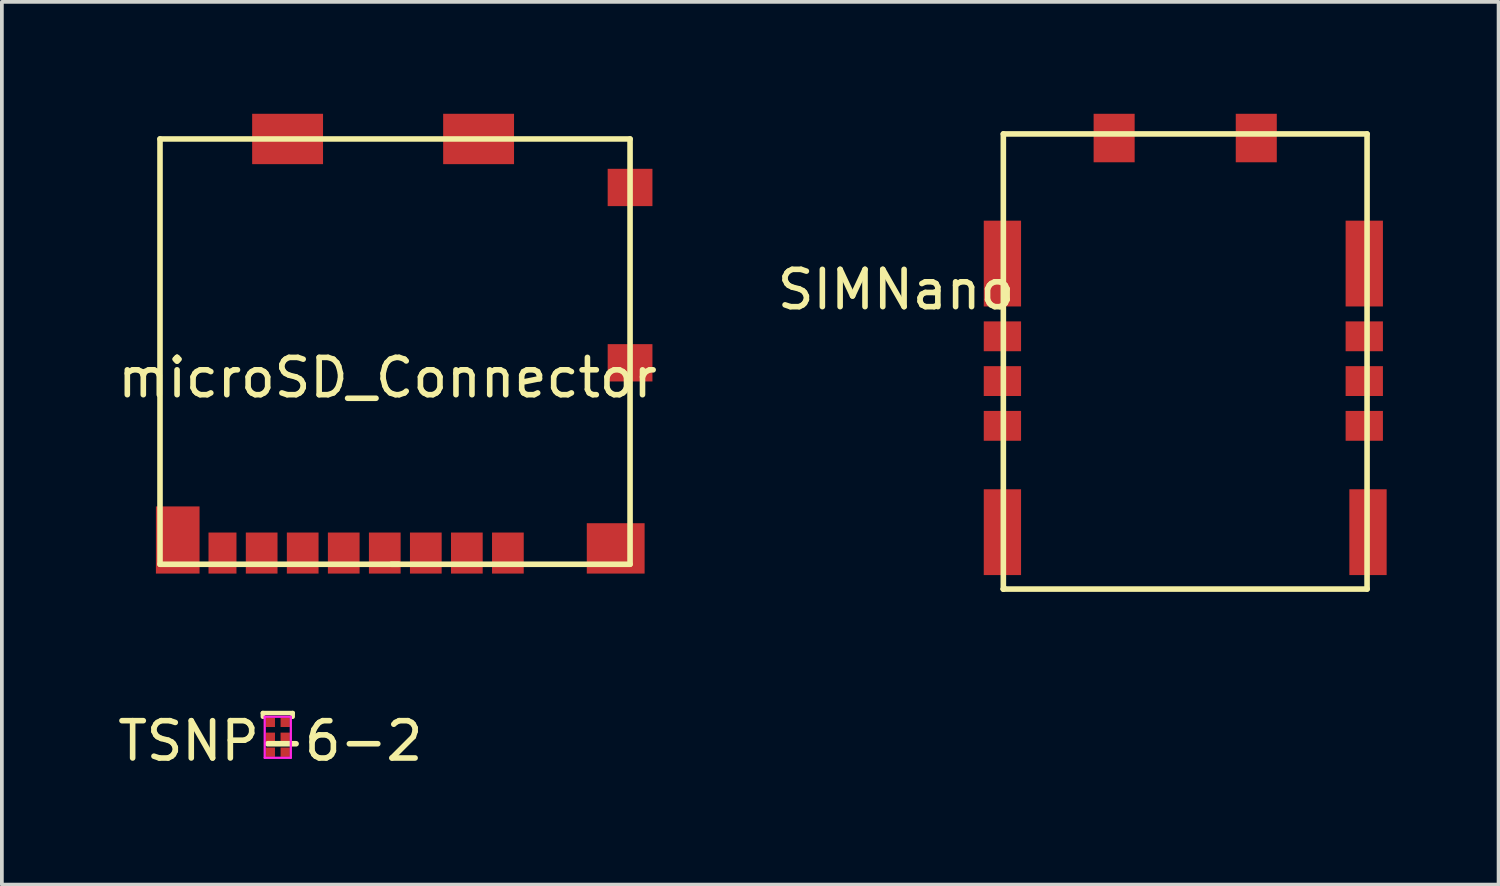
<source format=kicad_pcb>
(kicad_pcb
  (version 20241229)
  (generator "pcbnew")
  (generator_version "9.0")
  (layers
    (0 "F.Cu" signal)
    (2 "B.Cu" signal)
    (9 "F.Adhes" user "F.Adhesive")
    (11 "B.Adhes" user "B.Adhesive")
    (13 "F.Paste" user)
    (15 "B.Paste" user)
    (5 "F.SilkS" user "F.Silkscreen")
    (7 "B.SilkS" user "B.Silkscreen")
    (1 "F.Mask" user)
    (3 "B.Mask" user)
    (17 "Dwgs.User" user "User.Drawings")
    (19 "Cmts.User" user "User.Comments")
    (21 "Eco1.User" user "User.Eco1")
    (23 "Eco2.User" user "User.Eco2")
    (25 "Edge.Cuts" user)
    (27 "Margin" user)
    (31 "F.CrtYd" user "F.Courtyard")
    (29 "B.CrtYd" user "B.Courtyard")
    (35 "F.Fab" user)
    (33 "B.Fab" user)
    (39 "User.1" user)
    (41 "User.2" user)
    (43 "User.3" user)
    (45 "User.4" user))
  (footprint "microSD_Connector"
    (layer "F.Cu")
    (at 7.439 12.075)
    (property "Reference" "microSD_Connector" (at -0.1 -5 0) (layer "F.SilkS") (effects (font (size 1 1) (thickness 0.15))))
    (attr smd)
    (fp_line (start -6.2 -11.4) (end -6.2 0) (stroke (width 0.15) (type solid)) (layer "F.SilkS"))
    (fp_line (start -6.2 -11.4) (end 6.4 -11.4) (stroke (width 0.15) (type solid)) (layer "F.SilkS"))
    (fp_line (start -6.2 0) (end 0.2 0) (stroke (width 0.15) (type solid)) (layer "F.SilkS"))
    (fp_line (start 0 0) (end 6.4 0) (stroke (width 0.15) (type solid)) (layer "F.SilkS"))
    (fp_line (start 6.4 0) (end 6.4 -11.4) (stroke (width 0.15) (type solid)) (layer "F.SilkS"))
    (pad "1" smd rect (at 3.125 -0.3) (size 0.85 1.1) (layers "F.Cu" "F.Mask" "F.Paste"))
    (pad "2" smd rect (at 2.025 -0.3) (size 0.85 1.1) (layers "F.Cu" "F.Mask" "F.Paste"))
    (pad "3" smd rect (at 0.925 -0.3) (size 0.85 1.1) (layers "F.Cu" "F.Mask" "F.Paste"))
    (pad "4" smd rect (at -0.175 -0.3) (size 0.85 1.1) (layers "F.Cu" "F.Mask" "F.Paste"))
    (pad "5" smd rect (at -1.275 -0.3) (size 0.85 1.1) (layers "F.Cu" "F.Mask" "F.Paste"))
    (pad "6" smd rect (at -2.375 -0.3) (size 0.85 1.1) (layers "F.Cu" "F.Mask" "F.Paste"))
    (pad "7" smd rect (at -3.475 -0.3) (size 0.85 1.1) (layers "F.Cu" "F.Mask" "F.Paste"))
    (pad "8" smd rect (at -4.525 -0.3) (size 0.75 1.1) (layers "F.Cu" "F.Mask" "F.Paste"))
    (pad "9" smd rect (at -5.725 -0.65) (size 1.17 1.8) (layers "F.Cu" "F.Mask" "F.Paste"))
    (pad "9" smd rect (at -2.78 -11.4) (size 1.9 1.35) (layers "F.Cu" "F.Mask" "F.Paste"))
    (pad "9" smd rect (at 2.34 -11.4) (size 1.9 1.35) (layers "F.Cu" "F.Mask" "F.Paste"))
    (pad "9" smd rect (at 6.015 -0.425) (size 1.55 1.35) (layers "F.Cu" "F.Mask" "F.Paste"))
    (pad "NC" smd rect (at 6.4 -10.1) (size 1.2 1) (layers "F.Cu" "F.Mask" "F.Paste"))
    (pad "NC" smd rect (at 6.4 -5.4) (size 1.2 1) (layers "F.Cu" "F.Mask" "F.Paste")))
  (footprint "SIMNano"
    (layer "F.Cu")
    (at 28.72 12.715)
    (property "Reference" "SIMNano" (at -7.75 -8 0) (layer "F.SilkS") (effects (font (size 1 1) (thickness 0.15))))
    (attr smd)
    (fp_line (start -4.875 -12.175) (end -4.875 0.025) (stroke (width 0.15) (type solid)) (layer "F.SilkS"))
    (fp_line (start -4.875 -12.175) (end 4.875 -12.175) (stroke (width 0.15) (type solid)) (layer "F.SilkS"))
    (fp_line (start -4.875 0.025) (end -4.85 0) (stroke (width 0.15) (type solid)) (layer "F.SilkS"))
    (fp_line (start -4.875 0.025) (end 4.875 0.025) (stroke (width 0.15) (type solid)) (layer "F.SilkS"))
    (fp_line (start 4.875 0.025) (end 4.875 -12.175) (stroke (width 0.15) (type solid)) (layer "F.SilkS"))
    (pad "1" connect rect (at 4.8 -4.35) (size 1 0.8) (layers "F.Cu" "F.Mask"))
    (pad "2" connect rect (at 4.8 -5.55) (size 1 0.8) (layers "F.Cu" "F.Mask"))
    (pad "3" connect rect (at -4.9 -4.35) (size 1 0.8) (layers "F.Cu" "F.Mask"))
    (pad "4" connect rect (at -4.9 -8.7) (size 1 2.3) (layers "F.Cu" "F.Mask"))
    (pad "4" connect rect (at -4.9 -1.5) (size 1 2.3) (layers "F.Cu" "F.Mask"))
    (pad "4" connect rect (at 4.8 -8.7) (size 1 2.3) (layers "F.Cu" "F.Mask"))
    (pad "4" connect rect (at 4.8 -6.75) (size 1 0.8) (layers "F.Cu" "F.Mask"))
    (pad "4" connect rect (at 4.9 -1.5) (size 1 2.3) (layers "F.Cu" "F.Mask"))
    (pad "5" connect rect (at -4.9 -5.55) (size 1 0.8) (layers "F.Cu" "F.Mask"))
    (pad "6" connect rect (at -4.9 -6.75) (size 1 0.8) (layers "F.Cu" "F.Mask"))
    (pad "NC" connect rect (at -1.905 -12.065) (size 1.1 1.3) (layers "F.Cu" "F.Mask"))
    (pad "NC" connect rect (at 1.905 -12.065) (size 1.1 1.3) (layers "F.Cu" "F.Mask")))
  (footprint "TSNP-6-2"
    (layer "F.Cu")
    (at 4.196 16.313)
    (property "Reference" "TSNP-6-2" (at 0 0.5 0) (layer "F.SilkS") (effects (font (size 1 1) (thickness 0.15))))
    (attr smd)
    (fp_line (start -0.2 -0.25) (end 0.6 -0.25) (stroke (width 0.12) (type solid)) (layer "F.SilkS"))
    (fp_line (start -0.2 -0.15) (end -0.2 -0.25) (stroke (width 0.12) (type solid)) (layer "F.SilkS"))
    (fp_line (start 0.6 -0.25) (end 0.6 -0.15) (stroke (width 0.12) (type solid)) (layer "F.SilkS"))
    (fp_line (start -0.15 0.95) (end -0.15 -0.15) (stroke (width 0.06) (type solid)) (layer "F.CrtYd"))
    (fp_line (start 0.55 -0.15) (end -0.15 -0.15) (stroke (width 0.06) (type solid)) (layer "F.CrtYd"))
    (fp_line (start 0.55 0.95) (end -0.15 0.95) (stroke (width 0.06) (type solid)) (layer "F.CrtYd"))
    (fp_line (start 0.55 0.95) (end 0.55 -0.15) (stroke (width 0.06) (type solid)) (layer "F.CrtYd"))
    (pad "1" smd rect (at 0 0) (size 0.25 0.25) (layers "F.Cu" "F.Mask" "F.Paste"))
    (pad "2" smd rect (at 0 0.4) (size 0.25 0.25) (layers "F.Cu" "F.Mask" "F.Paste"))
    (pad "3" smd rect (at 0 0.8) (size 0.25 0.25) (layers "F.Cu" "F.Mask" "F.Paste"))
    (pad "4" smd rect (at 0.4 0.8) (size 0.25 0.25) (layers "F.Cu" "F.Mask" "F.Paste"))
    (pad "5" smd rect (at 0.4 0.4) (size 0.25 0.25) (layers "F.Cu" "F.Mask" "F.Paste"))
    (pad "6" smd rect (at 0.4 0 90) (size 0.25 0.25) (layers "F.Cu" "F.Mask" "F.Paste")))
  (gr_rect
    (start -3 -3)
    (end 37.12 20.662)
    (stroke (width 0.1) (type default))
    (fill no)
    (layer "Edge.Cuts")))
</source>
